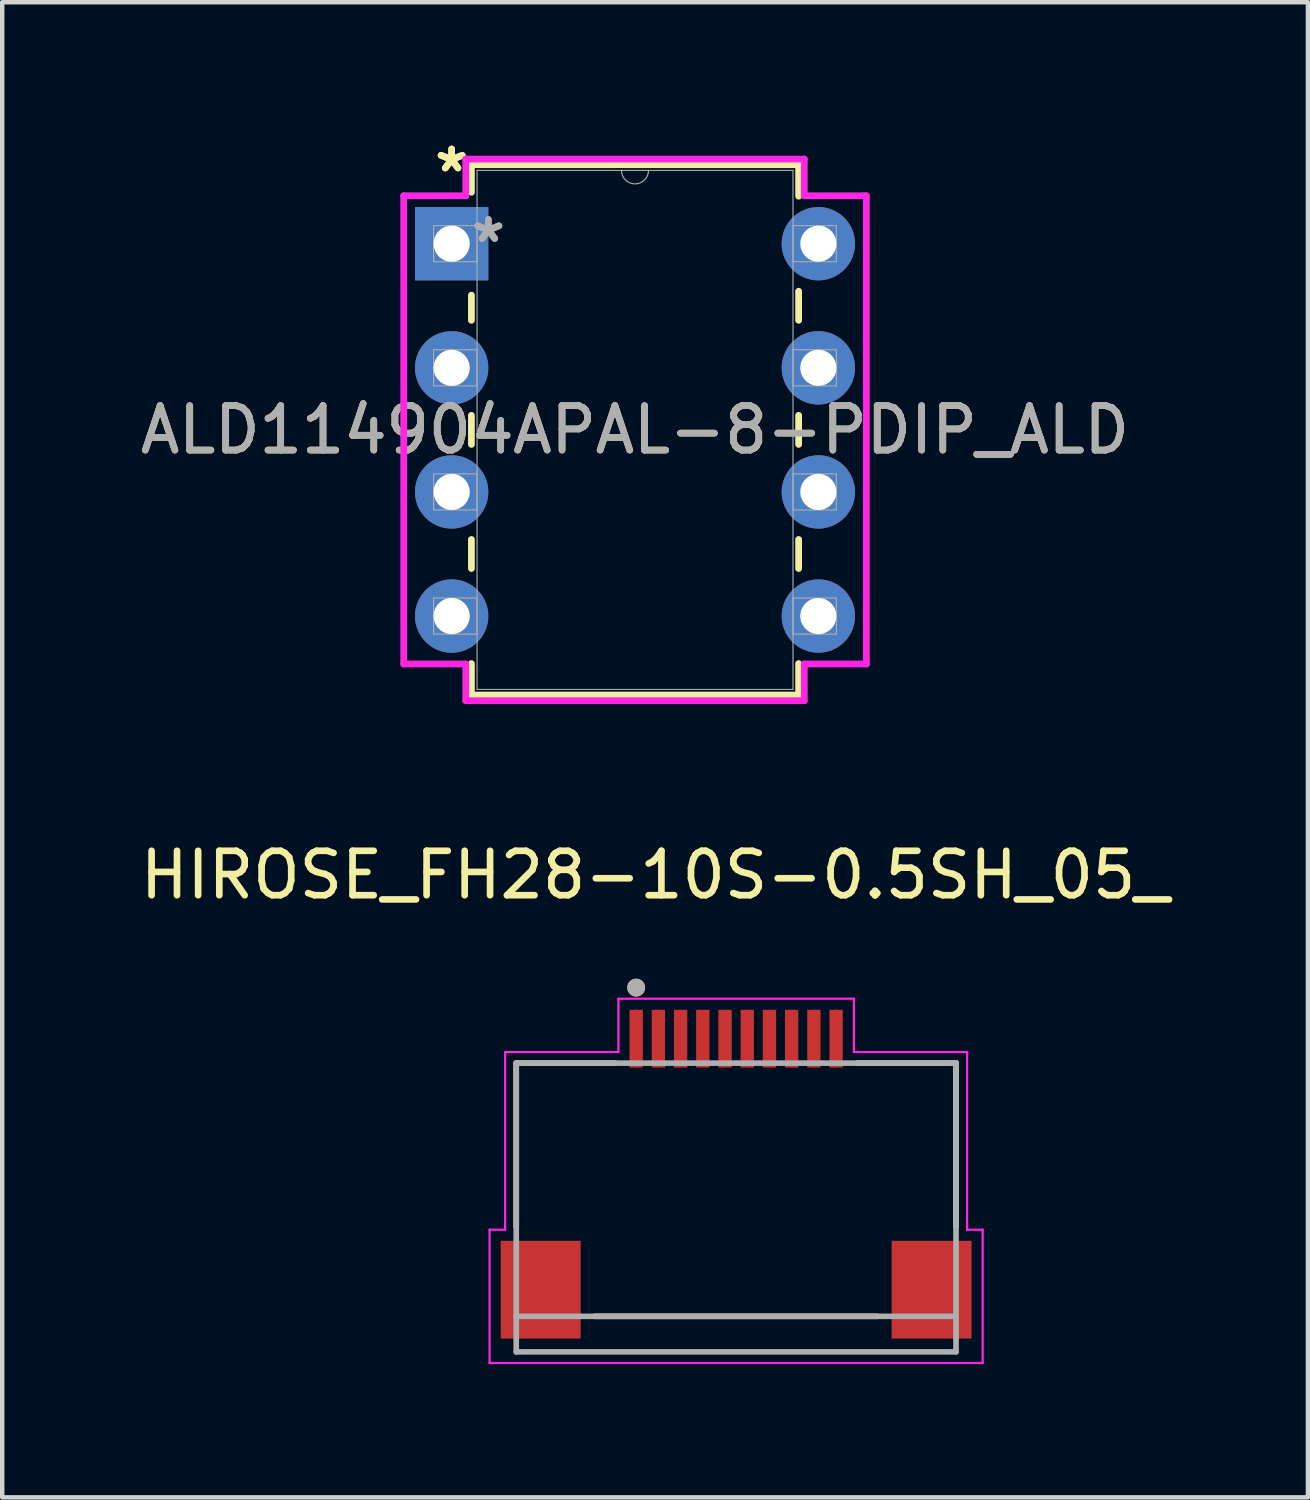
<source format=kicad_pcb>
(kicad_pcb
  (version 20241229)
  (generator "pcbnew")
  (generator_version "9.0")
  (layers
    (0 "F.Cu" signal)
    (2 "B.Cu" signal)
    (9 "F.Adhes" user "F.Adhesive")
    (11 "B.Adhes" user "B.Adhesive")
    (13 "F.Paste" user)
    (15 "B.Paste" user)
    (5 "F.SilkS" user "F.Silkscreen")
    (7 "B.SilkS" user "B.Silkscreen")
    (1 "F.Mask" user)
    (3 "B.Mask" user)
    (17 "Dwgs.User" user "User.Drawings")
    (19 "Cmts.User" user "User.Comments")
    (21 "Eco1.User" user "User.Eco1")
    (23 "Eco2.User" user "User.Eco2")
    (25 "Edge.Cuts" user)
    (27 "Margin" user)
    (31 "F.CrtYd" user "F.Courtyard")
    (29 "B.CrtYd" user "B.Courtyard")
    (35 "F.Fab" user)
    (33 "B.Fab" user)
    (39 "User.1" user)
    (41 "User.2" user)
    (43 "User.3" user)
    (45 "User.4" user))
  (footprint "ALD114904APAL-8-PDIP_ALD"
    (layer "F.Cu")
    (at 7.117 2.436)
    (property "Reference" "ALD114904APAL-8-PDIP_ALD" (at 4.128 4.191 0) (unlocked yes) (layer "F.SilkS") (effects (font (size 1 1) (thickness 0.15))))
    (attr through_hole)
    (fp_line (start 0.445 -1.778) (end 0.445 -1.158) (stroke (width 0.152) (type solid)) (layer "F.SilkS"))
    (fp_line (start 0.445 1.158) (end 0.445 1.724) (stroke (width 0.152) (type solid)) (layer "F.SilkS"))
    (fp_line (start 0.445 3.864) (end 0.445 4.518) (stroke (width 0.152) (type solid)) (layer "F.SilkS"))
    (fp_line (start 0.445 6.658) (end 0.445 7.312) (stroke (width 0.152) (type solid)) (layer "F.SilkS"))
    (fp_line (start 0.445 9.452) (end 0.445 10.16) (stroke (width 0.152) (type solid)) (layer "F.SilkS"))
    (fp_line (start 0.445 10.16) (end 7.811 10.16) (stroke (width 0.152) (type solid)) (layer "F.SilkS"))
    (fp_line (start 7.811 -1.778) (end 0.445 -1.778) (stroke (width 0.152) (type solid)) (layer "F.SilkS"))
    (fp_line (start 7.811 -1.07) (end 7.811 -1.778) (stroke (width 0.152) (type solid)) (layer "F.SilkS"))
    (fp_line (start 7.811 1.724) (end 7.811 1.07) (stroke (width 0.152) (type solid)) (layer "F.SilkS"))
    (fp_line (start 7.811 4.518) (end 7.811 3.864) (stroke (width 0.152) (type solid)) (layer "F.SilkS"))
    (fp_line (start 7.811 7.312) (end 7.811 6.658) (stroke (width 0.152) (type solid)) (layer "F.SilkS"))
    (fp_line (start 7.811 10.16) (end 7.811 9.452) (stroke (width 0.152) (type solid)) (layer "F.SilkS"))
    (fp_line (start -1.079 -1.079) (end 0.318 -1.079) (stroke (width 0.152) (type solid)) (layer "F.CrtYd"))
    (fp_line (start -1.079 9.461) (end -1.079 -1.079) (stroke (width 0.152) (type solid)) (layer "F.CrtYd"))
    (fp_line (start 0.318 -1.905) (end 7.938 -1.905) (stroke (width 0.152) (type solid)) (layer "F.CrtYd"))
    (fp_line (start 0.318 -1.079) (end 0.318 -1.905) (stroke (width 0.152) (type solid)) (layer "F.CrtYd"))
    (fp_line (start 0.318 9.461) (end -1.079 9.461) (stroke (width 0.152) (type solid)) (layer "F.CrtYd"))
    (fp_line (start 0.318 10.287) (end 0.318 9.461) (stroke (width 0.152) (type solid)) (layer "F.CrtYd"))
    (fp_line (start 7.938 -1.905) (end 7.938 -1.079) (stroke (width 0.152) (type solid)) (layer "F.CrtYd"))
    (fp_line (start 7.938 9.461) (end 7.938 10.287) (stroke (width 0.152) (type solid)) (layer "F.CrtYd"))
    (fp_line (start 7.938 10.287) (end 0.318 10.287) (stroke (width 0.152) (type solid)) (layer "F.CrtYd"))
    (fp_line (start 9.335 -1.079) (end 7.938 -1.079) (stroke (width 0.152) (type solid)) (layer "F.CrtYd"))
    (fp_line (start 9.335 -1.079) (end 9.335 9.461) (stroke (width 0.152) (type solid)) (layer "F.CrtYd"))
    (fp_line (start 9.335 9.461) (end 7.938 9.461) (stroke (width 0.152) (type solid)) (layer "F.CrtYd"))
    (fp_line (start -0.406 -0.406) (end -0.406 0.406) (stroke (width 0.025) (type solid)) (layer "F.Fab"))
    (fp_line (start -0.406 0.406) (end 0.572 0.406) (stroke (width 0.025) (type solid)) (layer "F.Fab"))
    (fp_line (start -0.406 2.388) (end -0.406 3.2) (stroke (width 0.025) (type solid)) (layer "F.Fab"))
    (fp_line (start -0.406 3.2) (end 0.572 3.2) (stroke (width 0.025) (type solid)) (layer "F.Fab"))
    (fp_line (start -0.406 5.182) (end -0.406 5.994) (stroke (width 0.025) (type solid)) (layer "F.Fab"))
    (fp_line (start -0.406 5.994) (end 0.572 5.994) (stroke (width 0.025) (type solid)) (layer "F.Fab"))
    (fp_line (start -0.406 7.976) (end -0.406 8.788) (stroke (width 0.025) (type solid)) (layer "F.Fab"))
    (fp_line (start -0.406 8.788) (end 0.572 8.788) (stroke (width 0.025) (type solid)) (layer "F.Fab"))
    (fp_line (start 0.572 -1.651) (end 0.572 10.033) (stroke (width 0.025) (type solid)) (layer "F.Fab"))
    (fp_line (start 0.572 -0.406) (end -0.406 -0.406) (stroke (width 0.025) (type solid)) (layer "F.Fab"))
    (fp_line (start 0.572 0.406) (end 0.572 -0.406) (stroke (width 0.025) (type solid)) (layer "F.Fab"))
    (fp_line (start 0.572 2.388) (end -0.406 2.388) (stroke (width 0.025) (type solid)) (layer "F.Fab"))
    (fp_line (start 0.572 3.2) (end 0.572 2.388) (stroke (width 0.025) (type solid)) (layer "F.Fab"))
    (fp_line (start 0.572 5.182) (end -0.406 5.182) (stroke (width 0.025) (type solid)) (layer "F.Fab"))
    (fp_line (start 0.572 5.994) (end 0.572 5.182) (stroke (width 0.025) (type solid)) (layer "F.Fab"))
    (fp_line (start 0.572 7.976) (end -0.406 7.976) (stroke (width 0.025) (type solid)) (layer "F.Fab"))
    (fp_line (start 0.572 8.788) (end 0.572 7.976) (stroke (width 0.025) (type solid)) (layer "F.Fab"))
    (fp_line (start 0.572 10.033) (end 7.684 10.033) (stroke (width 0.025) (type solid)) (layer "F.Fab"))
    (fp_line (start 7.684 -1.651) (end 0.572 -1.651) (stroke (width 0.025) (type solid)) (layer "F.Fab"))
    (fp_line (start 7.684 -0.406) (end 7.684 0.406) (stroke (width 0.025) (type solid)) (layer "F.Fab"))
    (fp_line (start 7.684 0.406) (end 8.661 0.406) (stroke (width 0.025) (type solid)) (layer "F.Fab"))
    (fp_line (start 7.684 2.388) (end 7.684 3.2) (stroke (width 0.025) (type solid)) (layer "F.Fab"))
    (fp_line (start 7.684 3.2) (end 8.661 3.2) (stroke (width 0.025) (type solid)) (layer "F.Fab"))
    (fp_line (start 7.684 5.182) (end 7.684 5.994) (stroke (width 0.025) (type solid)) (layer "F.Fab"))
    (fp_line (start 7.684 5.994) (end 8.661 5.994) (stroke (width 0.025) (type solid)) (layer "F.Fab"))
    (fp_line (start 7.684 7.976) (end 7.684 8.788) (stroke (width 0.025) (type solid)) (layer "F.Fab"))
    (fp_line (start 7.684 8.788) (end 8.661 8.788) (stroke (width 0.025) (type solid)) (layer "F.Fab"))
    (fp_line (start 7.684 10.033) (end 7.684 -1.651) (stroke (width 0.025) (type solid)) (layer "F.Fab"))
    (fp_line (start 8.661 -0.406) (end 7.684 -0.406) (stroke (width 0.025) (type solid)) (layer "F.Fab"))
    (fp_line (start 8.661 0.406) (end 8.661 -0.406) (stroke (width 0.025) (type solid)) (layer "F.Fab"))
    (fp_line (start 8.661 2.388) (end 7.684 2.388) (stroke (width 0.025) (type solid)) (layer "F.Fab"))
    (fp_line (start 8.661 3.2) (end 8.661 2.388) (stroke (width 0.025) (type solid)) (layer "F.Fab"))
    (fp_line (start 8.661 5.182) (end 7.684 5.182) (stroke (width 0.025) (type solid)) (layer "F.Fab"))
    (fp_line (start 8.661 5.994) (end 8.661 5.182) (stroke (width 0.025) (type solid)) (layer "F.Fab"))
    (fp_line (start 8.661 7.976) (end 7.684 7.976) (stroke (width 0.025) (type solid)) (layer "F.Fab"))
    (fp_line (start 8.661 8.788) (end 8.661 7.976) (stroke (width 0.025) (type solid)) (layer "F.Fab"))
    (fp_arc (start 4.4323 -1.651) (mid 4.1275 -1.3462) (end 3.8227 -1.651) (stroke (width 0.0254) (type solid)) (layer "F.Fab"))
    (fp_text user "*" (at 0 -1.587 0) (layer "F.SilkS") (effects (font (size 1 1) (thickness 0.15))))
    (fp_text user "*" (at 0 -1.587 0) (unlocked yes) (layer "F.SilkS") (effects (font (size 1 1) (thickness 0.15))))
    (fp_text user "${REFERENCE}" (at 4.128 4.191 0) (unlocked yes) (layer "F.Fab") (effects (font (size 1 1) (thickness 0.15))))
    (fp_text user "*" (at 0.826 0 0) (unlocked yes) (layer "F.Fab") (effects (font (size 1 1) (thickness 0.15))))
    (fp_text user "*" (at 0.826 0 0) (layer "F.Fab") (effects (font (size 1 1) (thickness 0.15))))
    (pad "1" thru_hole rect (at 0 0) (size 1.651 1.651) (drill 0.813) (layers "*.Cu" "*.Mask"))
    (pad "2" thru_hole circle (at 0 2.794) (size 1.651 1.651) (drill 0.813) (layers "*.Cu" "*.Mask"))
    (pad "3" thru_hole circle (at 0 5.588) (size 1.651 1.651) (drill 0.813) (layers "*.Cu" "*.Mask"))
    (pad "4" thru_hole circle (at 0 8.382) (size 1.651 1.651) (drill 0.813) (layers "*.Cu" "*.Mask"))
    (pad "5" thru_hole circle (at 8.255 8.382) (size 1.651 1.651) (drill 0.813) (layers "*.Cu" "*.Mask"))
    (pad "6" thru_hole circle (at 8.255 5.588) (size 1.651 1.651) (drill 0.813) (layers "*.Cu" "*.Mask"))
    (pad "7" thru_hole circle (at 8.255 2.794) (size 1.651 1.651) (drill 0.813) (layers "*.Cu" "*.Mask"))
    (pad "8" thru_hole circle (at 8.255 0) (size 1.651 1.651) (drill 0.813) (layers "*.Cu" "*.Mask")))
  (footprint "HIROSE_FH28-10S-0.5SH_05_"
    (layer "F.Cu")
    (at 13.521 23.732)
    (property "Reference" "HIROSE_FH28-10S-0.5SH_05_" (at -1.825 -7.085 0) (layer "F.SilkS") (effects (font (size 1 1) (thickness 0.15))))
    (attr smd)
    (fp_poly (pts (xy -2.49 -4.14) (xy -2.01 -4.14) (xy -2.01 -2.66) (xy -2.49 -2.66)) (stroke (width 0.01) (type solid)) (fill yes) (layer "F.Mask"))
    (fp_poly (pts (xy -1.99 -4.14) (xy -1.51 -4.14) (xy -1.51 -2.66) (xy -1.99 -2.66)) (stroke (width 0.01) (type solid)) (fill yes) (layer "F.Mask"))
    (fp_poly (pts (xy -1.49 -4.14) (xy -1.01 -4.14) (xy -1.01 -2.66) (xy -1.49 -2.66)) (stroke (width 0.01) (type solid)) (fill yes) (layer "F.Mask"))
    (fp_poly (pts (xy -0.99 -4.14) (xy -0.51 -4.14) (xy -0.51 -2.66) (xy -0.99 -2.66)) (stroke (width 0.01) (type solid)) (fill yes) (layer "F.Mask"))
    (fp_poly (pts (xy -0.49 -4.14) (xy -0.01 -4.14) (xy -0.01 -2.66) (xy -0.49 -2.66)) (stroke (width 0.01) (type solid)) (fill yes) (layer "F.Mask"))
    (fp_poly (pts (xy 0.01 -4.14) (xy 0.49 -4.14) (xy 0.49 -2.66) (xy 0.01 -2.66)) (stroke (width 0.01) (type solid)) (fill yes) (layer "F.Mask"))
    (fp_poly (pts (xy 0.51 -4.14) (xy 0.99 -4.14) (xy 0.99 -2.66) (xy 0.51 -2.66)) (stroke (width 0.01) (type solid)) (fill yes) (layer "F.Mask"))
    (fp_poly (pts (xy 1.01 -4.14) (xy 1.49 -4.14) (xy 1.49 -2.66) (xy 1.01 -2.66)) (stroke (width 0.01) (type solid)) (fill yes) (layer "F.Mask"))
    (fp_poly (pts (xy 1.51 -4.14) (xy 1.99 -4.14) (xy 1.99 -2.66) (xy 1.51 -2.66)) (stroke (width 0.01) (type solid)) (fill yes) (layer "F.Mask"))
    (fp_poly (pts (xy 2.01 -4.14) (xy 2.49 -4.14) (xy 2.49 -2.66) (xy 2.01 -2.66)) (stroke (width 0.01) (type solid)) (fill yes) (layer "F.Mask"))
    (fp_line (start -4.95 -2.85) (end -2.72 -2.85) (stroke (width 0.127) (type solid)) (layer "F.SilkS"))
    (fp_line (start -4.95 0.83) (end -4.95 -2.85) (stroke (width 0.127) (type solid)) (layer "F.SilkS"))
    (fp_line (start -3.18 2.85) (end 3.18 2.85) (stroke (width 0.127) (type solid)) (layer "F.SilkS"))
    (fp_line (start 2.72 -2.85) (end 4.95 -2.85) (stroke (width 0.127) (type solid)) (layer "F.SilkS"))
    (fp_line (start 4.95 -2.85) (end 4.95 0.83) (stroke (width 0.127) (type solid)) (layer "F.SilkS"))
    (fp_circle (center -2.25 -4.55) (end -2.15 -4.55) (stroke (width 0.2) (type solid)) (fill no) (layer "F.SilkS"))
    (fp_poly (pts (xy -2.375 -4.05) (xy -2.125 -4.05) (xy -2.125 -2.75) (xy -2.375 -2.75)) (stroke (width 0.01) (type solid)) (fill yes) (layer "F.Paste"))
    (fp_poly (pts (xy -1.875 -4.05) (xy -1.625 -4.05) (xy -1.625 -2.75) (xy -1.875 -2.75)) (stroke (width 0.01) (type solid)) (fill yes) (layer "F.Paste"))
    (fp_poly (pts (xy -1.375 -4.05) (xy -1.125 -4.05) (xy -1.125 -2.75) (xy -1.375 -2.75)) (stroke (width 0.01) (type solid)) (fill yes) (layer "F.Paste"))
    (fp_poly (pts (xy -0.875 -4.05) (xy -0.625 -4.05) (xy -0.625 -2.75) (xy -0.875 -2.75)) (stroke (width 0.01) (type solid)) (fill yes) (layer "F.Paste"))
    (fp_poly (pts (xy -0.375 -4.05) (xy -0.125 -4.05) (xy -0.125 -2.75) (xy -0.375 -2.75)) (stroke (width 0.01) (type solid)) (fill yes) (layer "F.Paste"))
    (fp_poly (pts (xy 0.125 -4.05) (xy 0.375 -4.05) (xy 0.375 -2.75) (xy 0.125 -2.75)) (stroke (width 0.01) (type solid)) (fill yes) (layer "F.Paste"))
    (fp_poly (pts (xy 0.625 -4.05) (xy 0.875 -4.05) (xy 0.875 -2.75) (xy 0.625 -2.75)) (stroke (width 0.01) (type solid)) (fill yes) (layer "F.Paste"))
    (fp_poly (pts (xy 1.125 -4.05) (xy 1.375 -4.05) (xy 1.375 -2.75) (xy 1.125 -2.75)) (stroke (width 0.01) (type solid)) (fill yes) (layer "F.Paste"))
    (fp_poly (pts (xy 1.625 -4.05) (xy 1.875 -4.05) (xy 1.875 -2.75) (xy 1.625 -2.75)) (stroke (width 0.01) (type solid)) (fill yes) (layer "F.Paste"))
    (fp_poly (pts (xy 2.125 -4.05) (xy 2.375 -4.05) (xy 2.375 -2.75) (xy 2.125 -2.75)) (stroke (width 0.01) (type solid)) (fill yes) (layer "F.Paste"))
    (fp_line (start -5.55 0.9) (end -5.55 3.9) (stroke (width 0.05) (type solid)) (layer "F.CrtYd"))
    (fp_line (start -5.55 0.9) (end -5.2 0.9) (stroke (width 0.05) (type solid)) (layer "F.CrtYd"))
    (fp_line (start -5.55 3.9) (end 5.55 3.9) (stroke (width 0.05) (type solid)) (layer "F.CrtYd"))
    (fp_line (start -5.2 -3.1) (end -2.65 -3.1) (stroke (width 0.05) (type solid)) (layer "F.CrtYd"))
    (fp_line (start -5.2 0.9) (end -5.2 -3.1) (stroke (width 0.05) (type solid)) (layer "F.CrtYd"))
    (fp_line (start -2.65 -3.1) (end -2.65 -4.3) (stroke (width 0.05) (type solid)) (layer "F.CrtYd"))
    (fp_line (start 2.65 -4.3) (end -2.65 -4.3) (stroke (width 0.05) (type solid)) (layer "F.CrtYd"))
    (fp_line (start 2.65 -3.1) (end 2.65 -4.3) (stroke (width 0.05) (type solid)) (layer "F.CrtYd"))
    (fp_line (start 5.2 -3.1) (end 2.65 -3.1) (stroke (width 0.05) (type solid)) (layer "F.CrtYd"))
    (fp_line (start 5.2 0.9) (end 5.2 -3.1) (stroke (width 0.05) (type solid)) (layer "F.CrtYd"))
    (fp_line (start 5.55 0.9) (end 5.2 0.9) (stroke (width 0.05) (type solid)) (layer "F.CrtYd"))
    (fp_line (start 5.55 3.9) (end 5.55 0.9) (stroke (width 0.05) (type solid)) (layer "F.CrtYd"))
    (fp_line (start -4.95 -2.85) (end 4.95 -2.85) (stroke (width 0.127) (type solid)) (layer "F.Fab"))
    (fp_line (start -4.95 2.85) (end -4.95 -2.85) (stroke (width 0.127) (type solid)) (layer "F.Fab"))
    (fp_line (start -4.95 2.85) (end 4.95 2.85) (stroke (width 0.127) (type solid)) (layer "F.Fab"))
    (fp_line (start -4.95 3.65) (end -4.95 2.85) (stroke (width 0.127) (type solid)) (layer "F.Fab"))
    (fp_line (start 4.95 -2.85) (end 4.95 2.85) (stroke (width 0.127) (type solid)) (layer "F.Fab"))
    (fp_line (start 4.95 2.85) (end 4.95 3.65) (stroke (width 0.127) (type solid)) (layer "F.Fab"))
    (fp_line (start 4.95 3.65) (end -4.95 3.65) (stroke (width 0.127) (type solid)) (layer "F.Fab"))
    (fp_circle (center -2.25 -4.55) (end -2.15 -4.55) (stroke (width 0.2) (type solid)) (fill no) (layer "F.Fab"))
    (pad "1" smd rect (at -2.25 -3.4) (size 0.3 1.3) (layers "F.Cu"))
    (pad "2" smd rect (at -1.75 -3.4) (size 0.3 1.3) (layers "F.Cu"))
    (pad "3" smd rect (at -1.25 -3.4) (size 0.3 1.3) (layers "F.Cu"))
    (pad "4" smd rect (at -0.75 -3.4) (size 0.3 1.3) (layers "F.Cu"))
    (pad "5" smd rect (at -0.25 -3.4) (size 0.3 1.3) (layers "F.Cu"))
    (pad "6" smd rect (at 0.25 -3.4) (size 0.3 1.3) (layers "F.Cu"))
    (pad "7" smd rect (at 0.75 -3.4) (size 0.3 1.3) (layers "F.Cu"))
    (pad "8" smd rect (at 1.25 -3.4) (size 0.3 1.3) (layers "F.Cu"))
    (pad "9" smd rect (at 1.75 -3.4) (size 0.3 1.3) (layers "F.Cu"))
    (pad "10" smd rect (at 2.25 -3.4) (size 0.3 1.3) (layers "F.Cu"))
    (pad "SH1" smd rect (at -4.4 2.25) (size 1.8 2.2) (layers "F.Cu" "F.Mask" "F.Paste"))
    (pad "SH2" smd rect (at 4.4 2.25) (size 1.8 2.2) (layers "F.Cu" "F.Mask" "F.Paste")))
  (gr_rect
    (start -3 -3)
    (end 26.393 30.657)
    (stroke (width 0.1) (type default))
    (fill no)
    (layer "Edge.Cuts")))
</source>
